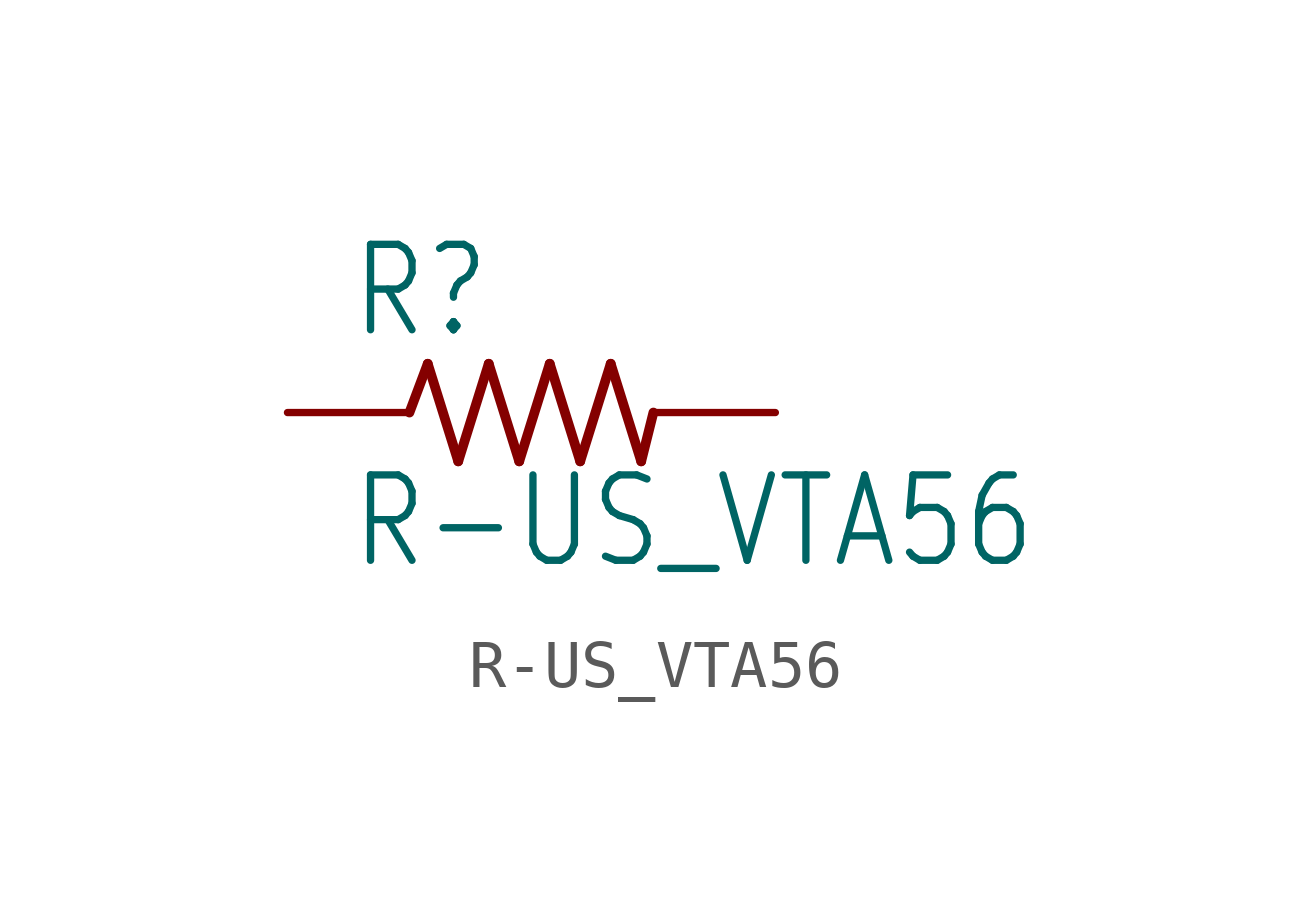
<source format=kicad_sym>
(kicad_symbol_lib
  (version 20211014)
  (generator kicad_symbol_editor)
  (symbol "R-US_VTA56"
    (property "Reference" "R"
      (at -3.81 1.499 0)
      (effects (font (size 1.778 1.511)) (justify left bottom)))
    (property "Value" "R-US_VTA56"
      (at -3.81 -3.302 0)
      (effects (font (size 1.778 1.511)) (justify left bottom)))
    (property "ki_locked" ""
      (at 0 0 0)
      (effects (font (size 1.27 1.27))))
    (symbol "R-US_VTA56_1_0"
      (polyline (pts (xy -2.54 0) (xy -2.159 1.016)) (stroke (width 0.203) (type default) (color 0 0 0 0)) (fill (type none)))
      (polyline (pts (xy -2.159 1.016) (xy -1.524 -1.016)) (stroke (width 0.203) (type default) (color 0 0 0 0)) (fill (type none)))
      (polyline (pts (xy -1.524 -1.016) (xy -0.889 1.016)) (stroke (width 0.203) (type default) (color 0 0 0 0)) (fill (type none)))
      (polyline (pts (xy -0.889 1.016) (xy -0.254 -1.016)) (stroke (width 0.203) (type default) (color 0 0 0 0)) (fill (type none)))
      (polyline (pts (xy -0.254 -1.016) (xy 0.381 1.016)) (stroke (width 0.203) (type default) (color 0 0 0 0)) (fill (type none)))
      (polyline (pts (xy 0.381 1.016) (xy 1.016 -1.016)) (stroke (width 0.203) (type default) (color 0 0 0 0)) (fill (type none)))
      (polyline (pts (xy 1.016 -1.016) (xy 1.651 1.016)) (stroke (width 0.203) (type default) (color 0 0 0 0)) (fill (type none)))
      (polyline (pts (xy 1.651 1.016) (xy 2.286 -1.016)) (stroke (width 0.203) (type default) (color 0 0 0 0)) (fill (type none)))
      (polyline (pts (xy 2.286 -1.016) (xy 2.54 0)) (stroke (width 0.203) (type default) (color 0 0 0 0)) (fill (type none)))
      (pin passive line (at -5.08 0 0) (length 2.54) (name "1" (effects (font (size 0 0)))) (number "1" (effects (font (size 0 0)))))
      (pin passive line (at 5.08 0 180) (length 2.54) (name "2" (effects (font (size 0 0)))) (number "2" (effects (font (size 0 0))))))))
</source>
